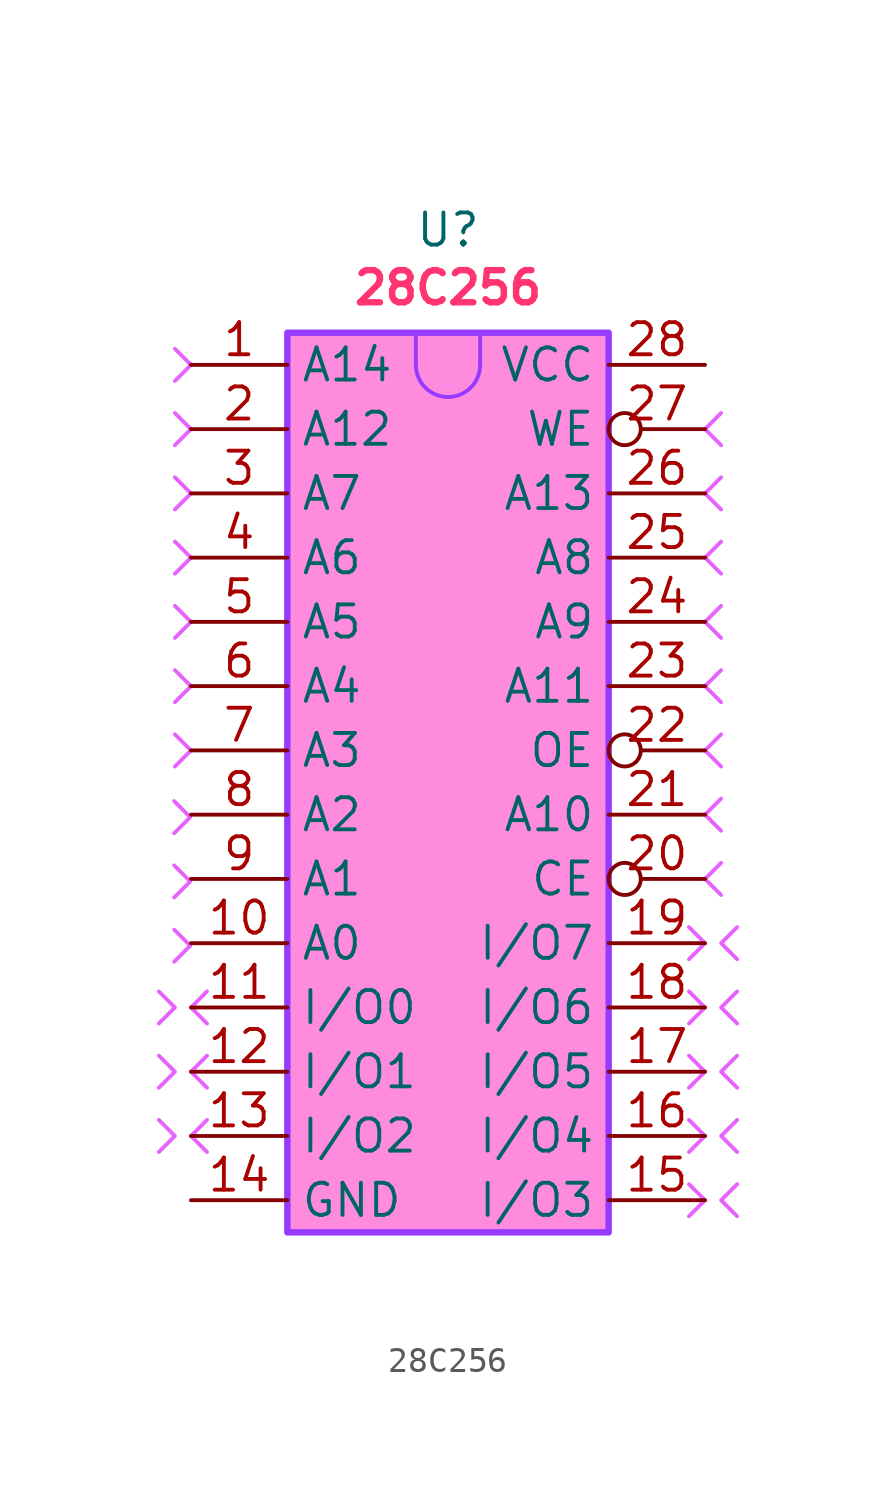
<source format=kicad_sym>
(kicad_symbol_lib
  (version 20241209)
  (generator "kicad_symbol_editor")
  (generator_version "9.0")
  (symbol "28C256"
    (property "Reference" "U"
      (at 0 21.844 0)
      (effects (font (size 1.27 1.27))))
    (property "Value" "28C256"
      (at 0 19.558 0)
      (effects (font (size 1.27 1.27) (thickness 0.254) (bold yes) (color 255 52 113 1))))
    (symbol "28C256_1_0"
      (pin input line (at -10.16 16.51 0) (length 3.81) (name "A14" (effects (font (size 1.27 1.27)))) (number "1" (effects (font (size 1.27 1.27)))))
      (pin input line (at -10.16 13.97 0) (length 3.81) (name "A12" (effects (font (size 1.27 1.27)))) (number "2" (effects (font (size 1.27 1.27)))))
      (pin input line (at -10.16 11.43 0) (length 3.81) (name "A7" (effects (font (size 1.27 1.27)))) (number "3" (effects (font (size 1.27 1.27)))))
      (pin input line (at -10.16 8.89 0) (length 3.81) (name "A6" (effects (font (size 1.27 1.27)))) (number "4" (effects (font (size 1.27 1.27)))))
      (pin input line (at -10.16 6.35 0) (length 3.81) (name "A5" (effects (font (size 1.27 1.27)))) (number "5" (effects (font (size 1.27 1.27)))))
      (pin input line (at -10.16 3.81 0) (length 3.81) (name "A4" (effects (font (size 1.27 1.27)))) (number "6" (effects (font (size 1.27 1.27)))))
      (pin input line (at -10.16 1.27 0) (length 3.81) (name "A3" (effects (font (size 1.27 1.27)))) (number "7" (effects (font (size 1.27 1.27)))))
      (pin input line (at -10.16 -1.27 0) (length 3.81) (name "A2" (effects (font (size 1.27 1.27)))) (number "8" (effects (font (size 1.27 1.27)))))
      (pin input line (at -10.16 -3.81 0) (length 3.81) (name "A1" (effects (font (size 1.27 1.27)))) (number "9" (effects (font (size 1.27 1.27)))))
      (pin input line (at -10.16 -6.35 0) (length 3.81) (name "A0" (effects (font (size 1.27 1.27)))) (number "10" (effects (font (size 1.27 1.27)))))
      (pin bidirectional line (at -10.16 -8.89 0) (length 3.81) (name "I/O0" (effects (font (size 1.27 1.27)))) (number "11" (effects (font (size 1.27 1.27)))))
      (pin bidirectional line (at -10.16 -11.43 0) (length 3.81) (name "I/O1" (effects (font (size 1.27 1.27)))) (number "12" (effects (font (size 1.27 1.27)))))
      (pin bidirectional line (at -10.16 -13.97 0) (length 3.81) (name "I/O2" (effects (font (size 1.27 1.27)))) (number "13" (effects (font (size 1.27 1.27)))))
      (pin power_in line (at -10.16 -16.51 0) (length 3.81) (name "GND" (effects (font (size 1.27 1.27)))) (number "14" (effects (font (size 1.27 1.27)))))
      (pin power_in line (at 10.16 16.51 180) (length 3.81) (name "VCC" (effects (font (size 1.27 1.27)))) (number "28" (effects (font (size 1.27 1.27)))))
      (pin input inverted (at 10.16 13.97 180) (length 3.81) (name "WE" (effects (font (size 1.27 1.27)))) (number "27" (effects (font (size 1.27 1.27)))))
      (pin input line (at 10.16 11.43 180) (length 3.81) (name "A13" (effects (font (size 1.27 1.27)))) (number "26" (effects (font (size 1.27 1.27)))))
      (pin input line (at 10.16 8.89 180) (length 3.81) (name "A8" (effects (font (size 1.27 1.27)))) (number "25" (effects (font (size 1.27 1.27)))))
      (pin input line (at 10.16 6.35 180) (length 3.81) (name "A9" (effects (font (size 1.27 1.27)))) (number "24" (effects (font (size 1.27 1.27)))))
      (pin input line (at 10.16 3.81 180) (length 3.81) (name "A11" (effects (font (size 1.27 1.27)))) (number "23" (effects (font (size 1.27 1.27)))))
      (pin input inverted (at 10.16 1.27 180) (length 3.81) (name "OE" (effects (font (size 1.27 1.27)))) (number "22" (effects (font (size 1.27 1.27)))))
      (pin input line (at 10.16 -1.27 180) (length 3.81) (name "A10" (effects (font (size 1.27 1.27)))) (number "21" (effects (font (size 1.27 1.27)))))
      (pin input inverted (at 10.16 -3.81 180) (length 3.81) (name "CE" (effects (font (size 1.27 1.27)))) (number "20" (effects (font (size 1.27 1.27)))))
      (pin bidirectional line (at 10.16 -6.35 180) (length 3.81) (name "I/O7" (effects (font (size 1.27 1.27)))) (number "19" (effects (font (size 1.27 1.27)))))
      (pin bidirectional line (at 10.16 -8.89 180) (length 3.81) (name "I/O6" (effects (font (size 1.27 1.27)))) (number "18" (effects (font (size 1.27 1.27)))))
      (pin bidirectional line (at 10.16 -11.43 180) (length 3.81) (name "I/O5" (effects (font (size 1.27 1.27)))) (number "17" (effects (font (size 1.27 1.27)))))
      (pin bidirectional line (at 10.16 -13.97 180) (length 3.81) (name "I/O4" (effects (font (size 1.27 1.27)))) (number "16" (effects (font (size 1.27 1.27)))))
      (pin bidirectional line (at 10.16 -16.51 180) (length 3.81) (name "I/O3" (effects (font (size 1.27 1.27)))) (number "15" (effects (font (size 1.27 1.27))))))
    (symbol "28C256_1_1"
      (polyline (pts (xy -11.43 -8.255) (xy -10.795 -8.89) (xy -11.43 -9.525)) (stroke (width 0) (type default) (color 231 97 255 1)) (fill (type none)))
      (polyline (pts (xy -11.43 -10.795) (xy -10.795 -11.43) (xy -11.43 -12.065)) (stroke (width 0) (type default) (color 231 97 255 1)) (fill (type none)))
      (polyline (pts (xy -11.43 -13.335) (xy -10.795 -13.97) (xy -11.43 -14.605)) (stroke (width 0) (type default) (color 231 97 255 1)) (fill (type none)))
      (polyline (pts (xy -10.824 -0.734) (xy -10.189 -1.369) (xy -10.824 -2.004)) (stroke (width 0) (type default) (color 231 97 255 1)) (fill (type none)))
      (polyline (pts (xy -10.824 -3.274) (xy -10.189 -3.909) (xy -10.824 -4.544)) (stroke (width 0) (type default) (color 231 97 255 1)) (fill (type none)))
      (polyline (pts (xy -10.824 -5.814) (xy -10.189 -6.449) (xy -10.824 -7.084)) (stroke (width 0) (type default) (color 231 97 255 1)) (fill (type none)))
      (polyline (pts (xy -10.795 17.145) (xy -10.16 16.51) (xy -10.795 15.875)) (stroke (width 0) (type default) (color 231 97 255 1)) (fill (type none)))
      (polyline (pts (xy -10.795 14.605) (xy -10.16 13.97) (xy -10.795 13.335)) (stroke (width 0) (type default) (color 231 97 255 1)) (fill (type none)))
      (polyline (pts (xy -10.795 12.065) (xy -10.16 11.43) (xy -10.795 10.795)) (stroke (width 0) (type default) (color 231 97 255 1)) (fill (type none)))
      (polyline (pts (xy -10.795 9.525) (xy -10.16 8.89) (xy -10.795 8.255)) (stroke (width 0) (type default) (color 231 97 255 1)) (fill (type none)))
      (polyline (pts (xy -10.795 6.985) (xy -10.16 6.35) (xy -10.795 5.715)) (stroke (width 0) (type default) (color 231 97 255 1)) (fill (type none)))
      (polyline (pts (xy -10.795 4.445) (xy -10.16 3.81) (xy -10.795 3.175)) (stroke (width 0) (type default) (color 231 97 255 1)) (fill (type none)))
      (polyline (pts (xy -10.795 1.905) (xy -10.16 1.27) (xy -10.795 0.635)) (stroke (width 0) (type default) (color 231 97 255 1)) (fill (type none)))
      (polyline (pts (xy -9.525 -8.255) (xy -10.16 -8.89) (xy -9.525 -9.525)) (stroke (width 0) (type default) (color 231 97 255 1)) (fill (type none)))
      (polyline (pts (xy -9.525 -10.795) (xy -10.16 -11.43) (xy -9.525 -12.065)) (stroke (width 0) (type default) (color 231 97 255 1)) (fill (type none)))
      (polyline (pts (xy -9.525 -13.335) (xy -10.16 -13.97) (xy -9.525 -14.605)) (stroke (width 0) (type default) (color 231 97 255 1)) (fill (type none)))
      (rectangle (start -6.35 17.78) (end 6.35 -17.78) (stroke (width 0.254) (type default) (color 151 58 255 1)) (fill (type color) (color 255 139 223 1)))
      (polyline (pts (xy -1.27 16.51) (xy -1.27 17.78) (xy 1.27 17.78) (xy 1.27 16.51)) (stroke (width 0) (type default) (color 151 58 255 1)) (fill (type none)))
      (arc (start 1.27 16.51) (mid 0 15.24) (end -1.27 16.51) (stroke (width 0) (type default) (color 151 58 255 1)) (fill (type none)))
      (polyline (pts (xy 9.525 -5.715) (xy 10.16 -6.35) (xy 9.525 -6.985)) (stroke (width 0) (type default) (color 231 97 255 1)) (fill (type none)))
      (polyline (pts (xy 9.525 -8.255) (xy 10.16 -8.89) (xy 9.525 -9.525)) (stroke (width 0) (type default) (color 231 97 255 1)) (fill (type none)))
      (polyline (pts (xy 9.525 -10.795) (xy 10.16 -11.43) (xy 9.525 -12.065)) (stroke (width 0) (type default) (color 231 97 255 1)) (fill (type none)))
      (polyline (pts (xy 9.525 -13.335) (xy 10.16 -13.97) (xy 9.525 -14.605)) (stroke (width 0) (type default) (color 231 97 255 1)) (fill (type none)))
      (polyline (pts (xy 9.525 -15.875) (xy 10.16 -16.51) (xy 9.525 -17.145)) (stroke (width 0) (type default) (color 231 97 255 1)) (fill (type none)))
      (polyline (pts (xy 10.795 13.335) (xy 10.16 13.97) (xy 10.795 14.605)) (stroke (width 0) (type default) (color 231 97 255 1)) (fill (type none)))
      (polyline (pts (xy 10.795 10.795) (xy 10.16 11.43) (xy 10.795 12.065)) (stroke (width 0) (type default) (color 231 97 255 1)) (fill (type none)))
      (polyline (pts (xy 10.795 8.255) (xy 10.16 8.89) (xy 10.795 9.525)) (stroke (width 0) (type default) (color 231 97 255 1)) (fill (type none)))
      (polyline (pts (xy 10.795 5.715) (xy 10.16 6.35) (xy 10.795 6.985)) (stroke (width 0) (type default) (color 231 97 255 1)) (fill (type none)))
      (polyline (pts (xy 10.795 3.175) (xy 10.16 3.81) (xy 10.795 4.445)) (stroke (width 0) (type default) (color 231 97 255 1)) (fill (type none)))
      (polyline (pts (xy 10.795 0.635) (xy 10.16 1.27) (xy 10.795 1.905)) (stroke (width 0) (type default) (color 231 97 255 1)) (fill (type none)))
      (polyline (pts (xy 10.795 -1.905) (xy 10.16 -1.27) (xy 10.795 -0.635)) (stroke (width 0) (type default) (color 231 97 255 1)) (fill (type none)))
      (polyline (pts (xy 10.795 -4.445) (xy 10.16 -3.81) (xy 10.795 -3.175)) (stroke (width 0) (type default) (color 231 97 255 1)) (fill (type none)))
      (polyline (pts (xy 11.43 -6.985) (xy 10.795 -6.35) (xy 11.43 -5.715)) (stroke (width 0) (type default) (color 231 97 255 1)) (fill (type none)))
      (polyline (pts (xy 11.43 -9.525) (xy 10.795 -8.89) (xy 11.43 -8.255)) (stroke (width 0) (type default) (color 231 97 255 1)) (fill (type none)))
      (polyline (pts (xy 11.43 -12.065) (xy 10.795 -11.43) (xy 11.43 -10.795)) (stroke (width 0) (type default) (color 231 97 255 1)) (fill (type none)))
      (polyline (pts (xy 11.43 -14.605) (xy 10.795 -13.97) (xy 11.43 -13.335)) (stroke (width 0) (type default) (color 231 97 255 1)) (fill (type none)))
      (polyline (pts (xy 11.43 -17.145) (xy 10.795 -16.51) (xy 11.43 -15.875)) (stroke (width 0) (type default) (color 231 97 255 1)) (fill (type none))))))
</source>
